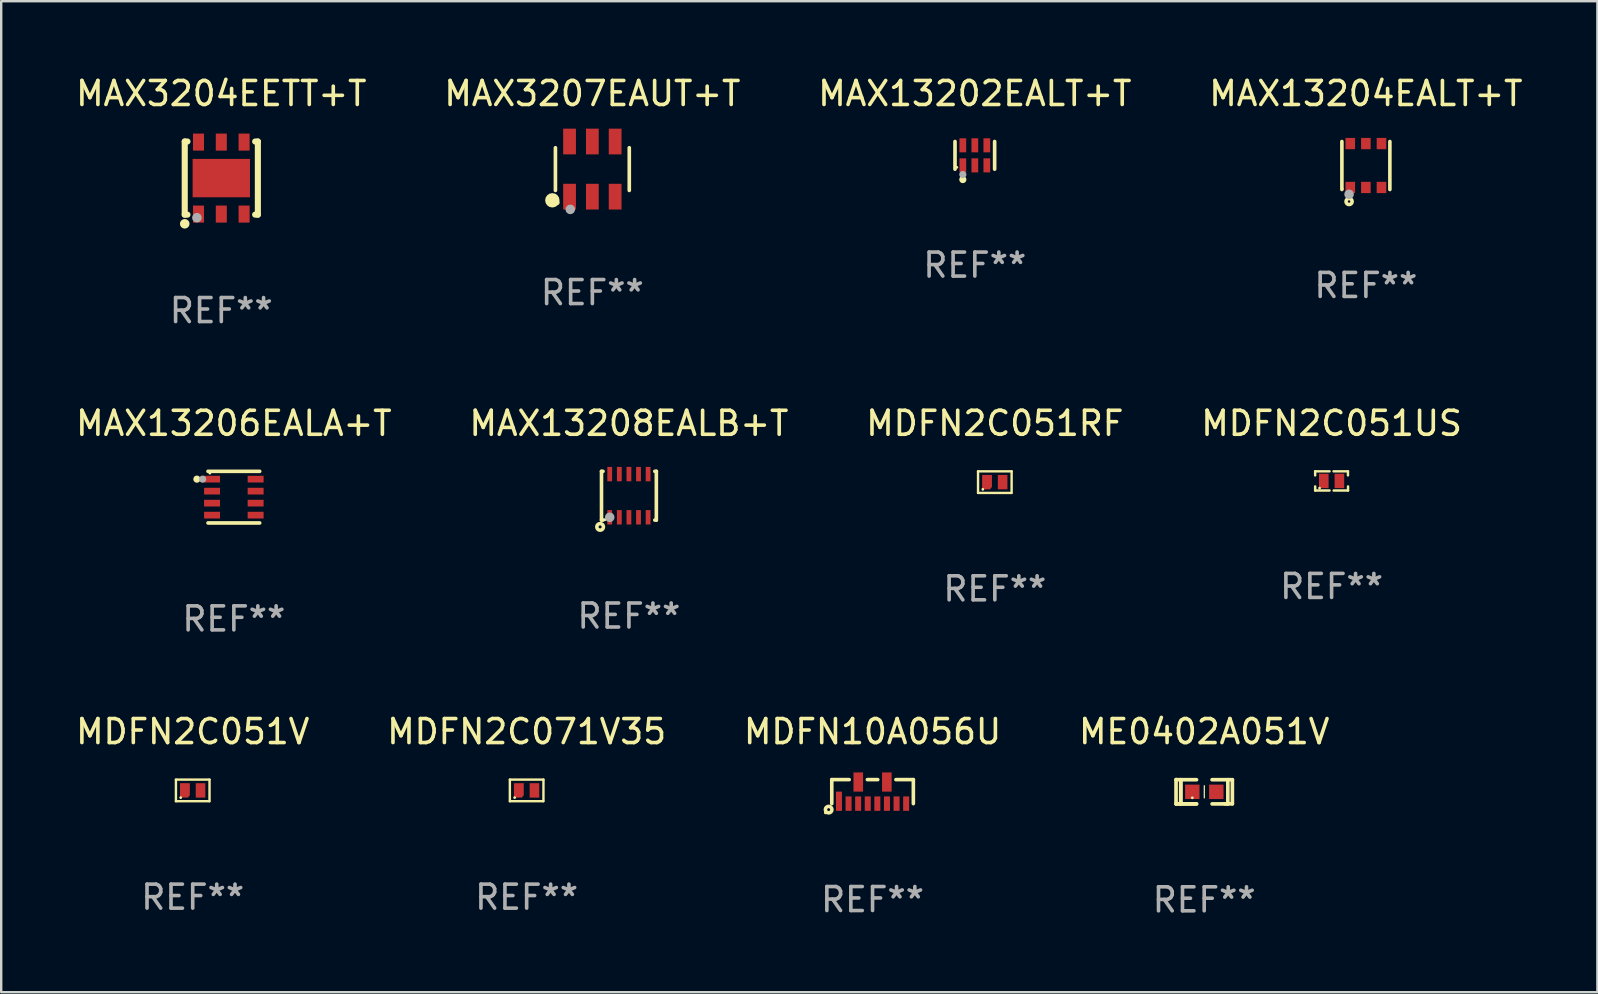
<source format=kicad_pcb>
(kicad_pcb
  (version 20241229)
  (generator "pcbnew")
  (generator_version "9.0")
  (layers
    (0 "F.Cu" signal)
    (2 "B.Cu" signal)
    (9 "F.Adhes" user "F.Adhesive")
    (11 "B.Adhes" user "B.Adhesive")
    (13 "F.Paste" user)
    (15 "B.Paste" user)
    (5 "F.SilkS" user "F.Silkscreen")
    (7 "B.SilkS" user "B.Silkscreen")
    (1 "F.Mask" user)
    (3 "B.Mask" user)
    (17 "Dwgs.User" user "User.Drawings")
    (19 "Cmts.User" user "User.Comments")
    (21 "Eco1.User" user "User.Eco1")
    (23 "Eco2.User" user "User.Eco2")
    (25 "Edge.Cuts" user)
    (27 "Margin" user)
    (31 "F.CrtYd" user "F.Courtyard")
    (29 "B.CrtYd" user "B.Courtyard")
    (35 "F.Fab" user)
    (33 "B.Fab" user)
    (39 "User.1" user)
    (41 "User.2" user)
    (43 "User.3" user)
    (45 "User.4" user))
  (footprint "MDFN2C051RF"
    (layer "F.Cu")
    (at 38.411 17.043)
    (property "Reference" "MDFN2C051RF" (at 0 -2.45 0) (layer "F.SilkS") (effects (font (size 1 1) (thickness 0.15))))
    (attr through_hole)
    (fp_line (start -0.7 -0.45) (end -0.7 0.45) (stroke (width 0.1) (type solid)) (layer "F.SilkS"))
    (fp_line (start -0.7 -0.45) (end 0.7 -0.45) (stroke (width 0.1) (type solid)) (layer "F.SilkS"))
    (fp_line (start -0.7 0.45) (end 0.69 0.45) (stroke (width 0.1) (type solid)) (layer "F.SilkS"))
    (fp_line (start 0.7 -0.45) (end 0.7 0.45) (stroke (width 0.1) (type solid)) (layer "F.SilkS"))
    (fp_circle (center -0.5 0.3) (end -0.47 0.3) (stroke (width 0.06) (type solid)) (fill no) (layer "F.SilkS"))
    (fp_text user "REF**" (at 0 4.45 0) (layer "F.Fab") (effects (font (size 1 1) (thickness 0.15))))
    (pad "1" smd custom (at -0.325 0) (size 0.41 0.6) (layers "F.Cu" "F.Mask" "F.Paste") (options (anchor circle)) (primitives (gr_poly (pts (xy -0.205 -0.3) (xy -0.205 0.3) (xy 0.125 0.3) (xy 0.205 0.2) (xy 0.205 -0.3) (xy -0.205 -0.3)) (width 0) (fill yes))))
    (pad "2" smd rect (at 0.325 0 90) (size 0.6 0.4) (layers "F.Cu" "F.Mask" "F.Paste")))
  (footprint "MDFN2C071V35"
    (layer "F.Cu")
    (at 18.899 29.892)
    (property "Reference" "MDFN2C071V35" (at 0 -2.45 0) (layer "F.SilkS") (effects (font (size 1 1) (thickness 0.15))))
    (attr through_hole)
    (fp_line (start -0.7 -0.45) (end -0.7 0.45) (stroke (width 0.1) (type solid)) (layer "F.SilkS"))
    (fp_line (start -0.7 -0.45) (end 0.7 -0.45) (stroke (width 0.1) (type solid)) (layer "F.SilkS"))
    (fp_line (start -0.7 0.45) (end 0.69 0.45) (stroke (width 0.1) (type solid)) (layer "F.SilkS"))
    (fp_line (start 0.7 -0.45) (end 0.7 0.45) (stroke (width 0.1) (type solid)) (layer "F.SilkS"))
    (fp_circle (center -0.5 0.3) (end -0.47 0.3) (stroke (width 0.06) (type solid)) (fill no) (layer "F.SilkS"))
    (fp_text user "REF**" (at 0 4.45 0) (layer "F.Fab") (effects (font (size 1 1) (thickness 0.15))))
    (pad "1" smd custom (at -0.325 0) (size 0.41 0.6) (layers "F.Cu" "F.Mask" "F.Paste") (options (anchor circle)) (primitives (gr_poly (pts (xy -0.205 -0.3) (xy -0.205 0.3) (xy 0.125 0.3) (xy 0.205 0.2) (xy 0.205 -0.3) (xy -0.205 -0.3)) (width 0) (fill yes))))
    (pad "2" smd rect (at 0.325 0 90) (size 0.6 0.4) (layers "F.Cu" "F.Mask" "F.Paste")))
  (footprint "MAX13208EALB+T"
    (layer "F.Cu")
    (at 23.161 17.609)
    (property "Reference" "MAX13208EALB+T" (at 0 -3.016 0) (layer "F.SilkS") (effects (font (size 1 1) (thickness 0.15))))
    (attr through_hole)
    (fp_line (start -1.143 -1.016) (end -1.143 1.016) (stroke (width 0.15) (type solid)) (layer "F.SilkS"))
    (fp_line (start -1.143 1.016) (end -1.079 1.016) (stroke (width 0.15) (type solid)) (layer "F.SilkS"))
    (fp_line (start -1.079 -1.016) (end -1.143 -1.016) (stroke (width 0.15) (type solid)) (layer "F.SilkS"))
    (fp_line (start 1.079 1.016) (end 1.143 1.016) (stroke (width 0.15) (type solid)) (layer "F.SilkS"))
    (fp_line (start 1.143 -1.016) (end 1.079 -1.016) (stroke (width 0.15) (type solid)) (layer "F.SilkS"))
    (fp_line (start 1.143 1.016) (end 1.143 -1.016) (stroke (width 0.15) (type solid)) (layer "F.SilkS"))
    (fp_circle (center -1.2 1.3) (end -1.137 1.3) (stroke (width 0.15) (type solid)) (fill no) (layer "F.SilkS"))
    (fp_circle (center -1 1) (end -0.97 1) (stroke (width 0.06) (type solid)) (fill no) (layer "F.SilkS"))
    (fp_circle (center -0.8 0.9) (end -0.7 0.9) (stroke (width 0.2) (type solid)) (fill no) (layer "F.Fab"))
    (fp_text user "REF**" (at 0 5.016 0) (layer "F.Fab") (effects (font (size 1 1) (thickness 0.15))))
    (pad "1" smd rect (at -0.8 0.9) (size 0.2 0.6) (layers "F.Cu" "F.Mask" "F.Paste"))
    (pad "2" smd rect (at -0.4 0.9) (size 0.2 0.6) (layers "F.Cu" "F.Mask" "F.Paste"))
    (pad "3" smd rect (at 0.000127 0.9) (size 0.2 0.6) (layers "F.Cu" "F.Mask" "F.Paste"))
    (pad "4" smd rect (at 0.4 0.9) (size 0.2 0.6) (layers "F.Cu" "F.Mask" "F.Paste"))
    (pad "5" smd rect (at 0.8 0.9) (size 0.2 0.6) (layers "F.Cu" "F.Mask" "F.Paste"))
    (pad "6" smd rect (at 0.8 -0.9) (size 0.2 0.6) (layers "F.Cu" "F.Mask" "F.Paste"))
    (pad "7" smd rect (at 0.4 -0.9) (size 0.2 0.6) (layers "F.Cu" "F.Mask" "F.Paste"))
    (pad "8" smd rect (at 0.000127 -0.9) (size 0.2 0.6) (layers "F.Cu" "F.Mask" "F.Paste"))
    (pad "9" smd rect (at -0.4 -0.9) (size 0.2 0.6) (layers "F.Cu" "F.Mask" "F.Paste"))
    (pad "10" smd rect (at -0.8 -0.9) (size 0.2 0.6) (layers "F.Cu" "F.Mask" "F.Paste")))
  (footprint "MDFN2C051US"
    (layer "F.Cu")
    (at 52.446 16.993)
    (property "Reference" "MDFN2C051US" (at 0 -2.4 0) (layer "F.SilkS") (effects (font (size 1 1) (thickness 0.15))))
    (attr through_hole)
    (fp_line (start -0.685 -0.4) (end -0.685 -0.23) (stroke (width 0.102) (type solid)) (layer "F.SilkS"))
    (fp_line (start -0.685 0.4) (end -0.685 0.23) (stroke (width 0.102) (type solid)) (layer "F.SilkS"))
    (fp_line (start -0.085 -0.4) (end -0.685 -0.4) (stroke (width 0.102) (type solid)) (layer "F.SilkS"))
    (fp_line (start -0.085 0.4) (end -0.685 0.4) (stroke (width 0.102) (type solid)) (layer "F.SilkS"))
    (fp_line (start 0.082 -0.4) (end 0.682 -0.4) (stroke (width 0.102) (type solid)) (layer "F.SilkS"))
    (fp_line (start 0.085 0.4) (end 0.685 0.4) (stroke (width 0.102) (type solid)) (layer "F.SilkS"))
    (fp_line (start 0.682 -0.4) (end 0.682 -0.23) (stroke (width 0.102) (type solid)) (layer "F.SilkS"))
    (fp_line (start 0.685 0.4) (end 0.685 0.23) (stroke (width 0.102) (type solid)) (layer "F.SilkS"))
    (fp_circle (center -0.5 0.3) (end -0.47 0.3) (stroke (width 0.06) (type solid)) (fill no) (layer "F.SilkS"))
    (fp_text user "REF**" (at 0 4.4 0) (layer "F.Fab") (effects (font (size 1 1) (thickness 0.15))))
    (pad "1" smd rect (at -0.325 0) (size 0.4 0.6) (layers "F.Cu" "F.Mask" "F.Paste"))
    (pad "2" smd rect (at 0.325 0) (size 0.4 0.6) (layers "F.Cu" "F.Mask" "F.Paste")))
  (footprint "MAX13202EALT+T"
    (layer "F.Cu")
    (at 37.577 3.424)
    (property "Reference" "MAX13202EALT+T" (at 0 -2.576 0) (layer "F.SilkS") (effects (font (size 1 1) (thickness 0.15))))
    (attr through_hole)
    (fp_line (start -0.826 0.576) (end -0.826 -0.576) (stroke (width 0.152) (type solid)) (layer "F.SilkS"))
    (fp_line (start 0.826 0.576) (end 0.826 -0.576) (stroke (width 0.152) (type solid)) (layer "F.SilkS"))
    (fp_circle (center -0.75 0.5) (end -0.72 0.5) (stroke (width 0.06) (type solid)) (fill no) (layer "F.SilkS"))
    (fp_circle (center -0.5 1.01) (end -0.425 1.01) (stroke (width 0.15) (type solid)) (fill no) (layer "F.SilkS"))
    (fp_circle (center -0.5 0.8) (end -0.425 0.8) (stroke (width 0.15) (type solid)) (fill no) (layer "F.Fab"))
    (fp_text user "REF**" (at 0 4.576 0) (layer "F.Fab") (effects (font (size 1 1) (thickness 0.15))))
    (pad "1" smd rect (at -0.5 0.418) (size 0.28 0.585) (layers "F.Cu" "F.Mask" "F.Paste"))
    (pad "2" smd rect (at 0 0.418) (size 0.28 0.585) (layers "F.Cu" "F.Mask" "F.Paste"))
    (pad "3" smd rect (at 0.5 0.418) (size 0.28 0.585) (layers "F.Cu" "F.Mask" "F.Paste"))
    (pad "4" smd rect (at 0.5 -0.418) (size 0.28 0.585) (layers "F.Cu" "F.Mask" "F.Paste"))
    (pad "5" smd rect (at 0 -0.418) (size 0.28 0.585) (layers "F.Cu" "F.Mask" "F.Paste"))
    (pad "6" smd rect (at -0.5 -0.418) (size 0.28 0.585) (layers "F.Cu" "F.Mask" "F.Paste")))
  (footprint "MAX3207EAUT+T"
    (layer "F.Cu")
    (at 21.637 3.997)
    (property "Reference" "MAX3207EAUT+T" (at 0 -3.149 0) (layer "F.SilkS") (effects (font (size 1 1) (thickness 0.15))))
    (attr through_hole)
    (fp_line (start -1.539 0.889) (end -1.539 -0.889) (stroke (width 0.152) (type solid)) (layer "F.SilkS"))
    (fp_line (start 1.539 0.889) (end 1.539 -0.889) (stroke (width 0.152) (type solid)) (layer "F.SilkS"))
    (fp_circle (center -1.668 1.301) (end -1.518 1.301) (stroke (width 0.3) (type solid)) (fill no) (layer "F.SilkS"))
    (fp_circle (center -1.463 1.4) (end -1.413 1.4) (stroke (width 0.1) (type solid)) (fill no) (layer "F.SilkS"))
    (fp_circle (center -0.92 1.68) (end -0.82 1.68) (stroke (width 0.2) (type solid)) (fill no) (layer "F.Fab"))
    (fp_text user "REF**" (at 0 5.149 0) (layer "F.Fab") (effects (font (size 1 1) (thickness 0.15))))
    (pad "1" smd rect (at -0.95 1.149) (size 0.532 1.072) (layers "F.Cu" "F.Mask" "F.Paste"))
    (pad "2" smd rect (at 0 1.149) (size 0.532 1.072) (layers "F.Cu" "F.Mask" "F.Paste"))
    (pad "3" smd rect (at 0.95 1.149) (size 0.532 1.072) (layers "F.Cu" "F.Mask" "F.Paste"))
    (pad "4" smd rect (at 0.95 -1.149) (size 0.532 1.072) (layers "F.Cu" "F.Mask" "F.Paste"))
    (pad "5" smd rect (at 0 -1.149) (size 0.532 1.072) (layers "F.Cu" "F.Mask" "F.Paste"))
    (pad "6" smd rect (at -0.95 -1.149) (size 0.532 1.072) (layers "F.Cu" "F.Mask" "F.Paste")))
  (footprint "MAX13204EALT+T"
    (layer "F.Cu")
    (at 53.875 3.848)
    (property "Reference" "MAX13204EALT+T" (at 0 -3 0) (layer "F.SilkS") (effects (font (size 1 1) (thickness 0.15))))
    (attr through_hole)
    (fp_line (start -1 1) (end -1 -1) (stroke (width 0.15) (type solid)) (layer "F.SilkS"))
    (fp_line (start 1 -1) (end 1 1) (stroke (width 0.15) (type solid)) (layer "F.SilkS"))
    (fp_circle (center -0.975 0.975) (end -0.95 0.975) (stroke (width 0.05) (type solid)) (fill no) (layer "F.SilkS"))
    (fp_circle (center -0.7 1.5) (end -0.573 1.5) (stroke (width 0.15) (type solid)) (fill no) (layer "F.SilkS"))
    (fp_circle (center -0.7 1.2) (end -0.6 1.2) (stroke (width 0.2) (type solid)) (fill no) (layer "F.Fab"))
    (fp_text user "REF**" (at 0 5 0) (layer "F.Fab") (effects (font (size 1 1) (thickness 0.15))))
    (pad "1" smd rect (at -0.65 0.915 90) (size 0.47 0.4) (layers "F.Cu" "F.Mask" "F.Paste"))
    (pad "2" smd rect (at -0.000025 0.915 90) (size 0.47 0.4) (layers "F.Cu" "F.Mask" "F.Paste"))
    (pad "3" smd rect (at 0.65 0.915 90) (size 0.47 0.4) (layers "F.Cu" "F.Mask" "F.Paste"))
    (pad "4" smd rect (at 0.65 -0.915 90) (size 0.47 0.4) (layers "F.Cu" "F.Mask" "F.Paste"))
    (pad "5" smd rect (at -0.000025 -0.915 90) (size 0.47 0.4) (layers "F.Cu" "F.Mask" "F.Paste"))
    (pad "6" smd rect (at -0.65 -0.915 90) (size 0.47 0.4) (layers "F.Cu" "F.Mask" "F.Paste")))
  (footprint "MDFN10A056U"
    (layer "F.Cu")
    (at 33.315 29.942)
    (property "Reference" "MDFN10A056U" (at 0 -2.5 0) (layer "F.SilkS") (effects (font (size 1 1) (thickness 0.15))))
    (attr through_hole)
    (fp_line (start -1.7 -0.5) (end -1.7 0.5) (stroke (width 0.15) (type solid)) (layer "F.SilkS"))
    (fp_line (start -0.974 -0.5) (end -1.7 -0.5) (stroke (width 0.15) (type solid)) (layer "F.SilkS"))
    (fp_line (start 0.216 -0.5) (end -0.216 -0.5) (stroke (width 0.15) (type solid)) (layer "F.SilkS"))
    (fp_line (start 1.7 -0.5) (end 0.974 -0.5) (stroke (width 0.15) (type solid)) (layer "F.SilkS"))
    (fp_line (start 1.7 -0.5) (end 1.7 0.5) (stroke (width 0.15) (type solid)) (layer "F.SilkS"))
    (fp_circle (center -1.966 0.886) (end -1.936 0.886) (stroke (width 0.06) (type solid)) (fill no) (layer "F.SilkS"))
    (fp_circle (center -1.83 0.75) (end -1.769 0.75) (stroke (width 0.15) (type solid)) (fill no) (layer "F.SilkS"))
    (fp_text user "REF**" (at 0 4.5 0) (layer "F.Fab") (effects (font (size 1 1) (thickness 0.15))))
    (pad "1" smd rect (at -1.4 0.4) (size 0.25 0.8) (layers "F.Cu" "F.Mask" "F.Paste"))
    (pad "2" smd rect (at -1 0.5) (size 0.25 0.6) (layers "F.Cu" "F.Mask" "F.Paste"))
    (pad "3" smd rect (at -0.6 0.5) (size 0.25 0.6) (layers "F.Cu" "F.Mask" "F.Paste"))
    (pad "4" smd rect (at -0.2 0.5) (size 0.25 0.6) (layers "F.Cu" "F.Mask" "F.Paste"))
    (pad "5" smd rect (at 0.2 0.5) (size 0.25 0.6) (layers "F.Cu" "F.Mask" "F.Paste"))
    (pad "6" smd rect (at 0.6 0.5) (size 0.25 0.6) (layers "F.Cu" "F.Mask" "F.Paste"))
    (pad "7" smd rect (at 1 0.5) (size 0.25 0.6) (layers "F.Cu" "F.Mask" "F.Paste"))
    (pad "8" smd rect (at 1.4 0.5) (size 0.25 0.6) (layers "F.Cu" "F.Mask" "F.Paste"))
    (pad "9" smd rect (at 0.595 -0.4) (size 0.4 0.8) (layers "F.Cu" "F.Mask" "F.Paste"))
    (pad "10" smd rect (at -0.595 -0.4) (size 0.4 0.8) (layers "F.Cu" "F.Mask" "F.Paste")))
  (footprint "MAX3204EETT+T"
    (layer "F.Cu")
    (at 6.173 4.372)
    (property "Reference" "MAX3204EETT+T" (at 0 -3.524 0) (layer "F.SilkS") (effects (font (size 1 1) (thickness 0.15))))
    (attr through_hole)
    (fp_line (start -1.524 -1.524) (end -1.524 1.524) (stroke (width 0.254) (type solid)) (layer "F.SilkS"))
    (fp_line (start -1.524 1.524) (end -1.411 1.524) (stroke (width 0.254) (type solid)) (layer "F.SilkS"))
    (fp_line (start -1.411 -1.524) (end -1.524 -1.524) (stroke (width 0.254) (type solid)) (layer "F.SilkS"))
    (fp_line (start 1.411 1.524) (end 1.524 1.524) (stroke (width 0.254) (type solid)) (layer "F.SilkS"))
    (fp_line (start 1.524 -1.524) (end 1.411 -1.524) (stroke (width 0.254) (type solid)) (layer "F.SilkS"))
    (fp_line (start 1.524 1.524) (end 1.524 -1.524) (stroke (width 0.254) (type solid)) (layer "F.SilkS"))
    (fp_circle (center -1.524 1.905) (end -1.424 1.905) (stroke (width 0.2) (type solid)) (fill no) (layer "F.SilkS"))
    (fp_circle (center -1.5 1.5) (end -1.47 1.5) (stroke (width 0.06) (type solid)) (fill no) (layer "F.SilkS"))
    (fp_circle (center -1.016 1.651) (end -0.916 1.651) (stroke (width 0.2) (type solid)) (fill no) (layer "F.Fab"))
    (fp_text user "REF**" (at 0 5.524 0) (layer "F.Fab") (effects (font (size 1 1) (thickness 0.15))))
    (pad "1" smd rect (at -0.95 1.5) (size 0.46 0.71) (layers "F.Cu" "F.Mask" "F.Paste"))
    (pad "2" smd rect (at 0 1.5) (size 0.46 0.71) (layers "F.Cu" "F.Mask" "F.Paste"))
    (pad "3" smd rect (at 0.95 1.5) (size 0.46 0.71) (layers "F.Cu" "F.Mask" "F.Paste"))
    (pad "4" smd rect (at 0.95 -1.5) (size 0.46 0.71) (layers "F.Cu" "F.Mask" "F.Paste"))
    (pad "5" smd rect (at 0 -1.5) (size 0.46 0.71) (layers "F.Cu" "F.Mask" "F.Paste"))
    (pad "6" smd rect (at -0.95 -1.5) (size 0.46 0.71) (layers "F.Cu" "F.Mask" "F.Paste"))
    (pad "7" smd rect (at 0 0.000127) (size 2.39 1.6) (layers "F.Cu" "F.Mask" "F.Paste")))
  (footprint "MDFN2C051V"
    (layer "F.Cu")
    (at 4.982 29.892)
    (property "Reference" "MDFN2C051V" (at 0 -2.45 0) (layer "F.SilkS") (effects (font (size 1 1) (thickness 0.15))))
    (attr through_hole)
    (fp_line (start -0.7 -0.45) (end -0.7 0.45) (stroke (width 0.1) (type solid)) (layer "F.SilkS"))
    (fp_line (start -0.7 -0.45) (end 0.7 -0.45) (stroke (width 0.1) (type solid)) (layer "F.SilkS"))
    (fp_line (start -0.7 0.45) (end 0.69 0.45) (stroke (width 0.1) (type solid)) (layer "F.SilkS"))
    (fp_line (start 0.7 -0.45) (end 0.7 0.45) (stroke (width 0.1) (type solid)) (layer "F.SilkS"))
    (fp_circle (center -0.5 0.3) (end -0.47 0.3) (stroke (width 0.06) (type solid)) (fill no) (layer "F.SilkS"))
    (fp_text user "REF**" (at 0 4.45 0) (layer "F.Fab") (effects (font (size 1 1) (thickness 0.15))))
    (pad "1" smd custom (at -0.325 0) (size 0.41 0.6) (layers "F.Cu" "F.Mask" "F.Paste") (options (anchor circle)) (primitives (gr_poly (pts (xy -0.205 -0.3) (xy -0.205 0.3) (xy 0.125 0.3) (xy 0.205 0.2) (xy 0.205 -0.3) (xy -0.205 -0.3)) (width 0) (fill yes))))
    (pad "2" smd rect (at 0.325 0 90) (size 0.6 0.4) (layers "F.Cu" "F.Mask" "F.Paste")))
  (footprint "ME0402A051V"
    (layer "F.Cu")
    (at 47.137 29.948)
    (property "Reference" "ME0402A051V" (at 0 -2.506 0) (layer "F.SilkS") (effects (font (size 1 1) (thickness 0.15))))
    (attr through_hole)
    (fp_line (start -1.174 -0.506) (end -0.977 -0.502) (stroke (width 0.152) (type solid)) (layer "F.SilkS"))
    (fp_line (start -1.174 0.506) (end -1.174 -0.506) (stroke (width 0.152) (type solid)) (layer "F.SilkS"))
    (fp_line (start -0.977 -0.502) (end -0.977 0.506) (stroke (width 0.152) (type solid)) (layer "F.SilkS"))
    (fp_line (start -0.977 -0.502) (end -0.977 0.506) (stroke (width 0.152) (type solid)) (layer "F.SilkS"))
    (fp_line (start -0.977 0.506) (end -1.166 0.506) (stroke (width 0.152) (type solid)) (layer "F.SilkS"))
    (fp_line (start -0.977 0.506) (end -0.32 0.506) (stroke (width 0.152) (type solid)) (layer "F.SilkS"))
    (fp_line (start -0.977 0.506) (end -0.32 0.506) (stroke (width 0.152) (type solid)) (layer "F.SilkS"))
    (fp_line (start -0.971 0.506) (end -1.174 0.506) (stroke (width 0.152) (type solid)) (layer "F.SilkS"))
    (fp_line (start -0.32 -0.502) (end -0.977 -0.502) (stroke (width 0.152) (type solid)) (layer "F.SilkS"))
    (fp_line (start 0.004 -0.252) (end 0.004 0.256) (stroke (width 0.051) (type solid)) (layer "F.SilkS"))
    (fp_line (start 0.328 0.506) (end 0.985 0.506) (stroke (width 0.152) (type solid)) (layer "F.SilkS"))
    (fp_line (start 0.985 -0.502) (end 0.328 -0.502) (stroke (width 0.152) (type solid)) (layer "F.SilkS"))
    (fp_line (start 0.985 -0.502) (end 1.174 -0.502) (stroke (width 0.152) (type solid)) (layer "F.SilkS"))
    (fp_line (start 0.985 0.506) (end 0.985 -0.502) (stroke (width 0.152) (type solid)) (layer "F.SilkS"))
    (fp_line (start 1.174 -0.502) (end 1.174 0.502) (stroke (width 0.152) (type solid)) (layer "F.SilkS"))
    (fp_line (start 1.174 0.502) (end 0.851 0.502) (stroke (width 0.152) (type solid)) (layer "F.SilkS"))
    (fp_circle (center -0.497 0.253) (end -0.467 0.253) (stroke (width 0.06) (type solid)) (fill no) (layer "F.SilkS"))
    (fp_text user "REF**" (at 0 4.506 0) (layer "F.Fab") (effects (font (size 1 1) (thickness 0.15))))
    (pad "1" smd rect (at -0.496 0.002) (size 0.6 0.6) (layers "F.Cu" "F.Mask" "F.Paste"))
    (pad "2" smd rect (at 0.504 0.002) (size 0.6 0.6) (layers "F.Cu" "F.Mask" "F.Paste")))
  (footprint "MAX13206EALA+T"
    (layer "F.Cu")
    (at 6.696 17.669)
    (property "Reference" "MAX13206EALA+T" (at 0 -3.076 0) (layer "F.SilkS") (effects (font (size 1 1) (thickness 0.15))))
    (attr through_hole)
    (fp_line (start -1.076 -1.076) (end 1.076 -1.076) (stroke (width 0.152) (type solid)) (layer "F.SilkS"))
    (fp_line (start -1.076 1.076) (end 1.076 1.076) (stroke (width 0.152) (type solid)) (layer "F.SilkS"))
    (fp_circle (center -1.54 -0.75) (end -1.465 -0.75) (stroke (width 0.15) (type solid)) (fill no) (layer "F.SilkS"))
    (fp_circle (center -1 -1) (end -0.97 -1) (stroke (width 0.06) (type solid)) (fill no) (layer "F.SilkS"))
    (fp_circle (center -1.3 -0.75) (end -1.225 -0.75) (stroke (width 0.15) (type solid)) (fill no) (layer "F.Fab"))
    (fp_text user "REF**" (at 0 5.076 0) (layer "F.Fab") (effects (font (size 1 1) (thickness 0.15))))
    (pad "1" smd rect (at -0.908 -0.75) (size 0.665 0.28) (layers "F.Cu" "F.Mask" "F.Paste"))
    (pad "2" smd rect (at -0.908 -0.25) (size 0.665 0.28) (layers "F.Cu" "F.Mask" "F.Paste"))
    (pad "3" smd rect (at -0.908 0.25) (size 0.665 0.28) (layers "F.Cu" "F.Mask" "F.Paste"))
    (pad "4" smd rect (at -0.908 0.75) (size 0.665 0.28) (layers "F.Cu" "F.Mask" "F.Paste"))
    (pad "5" smd rect (at 0.908 0.75) (size 0.665 0.28) (layers "F.Cu" "F.Mask" "F.Paste"))
    (pad "6" smd rect (at 0.908 0.25) (size 0.665 0.28) (layers "F.Cu" "F.Mask" "F.Paste"))
    (pad "7" smd rect (at 0.908 -0.25) (size 0.665 0.28) (layers "F.Cu" "F.Mask" "F.Paste"))
    (pad "8" smd rect (at 0.908 -0.75) (size 0.665 0.28) (layers "F.Cu" "F.Mask" "F.Paste")))
  (gr_rect
    (start -3 -3)
    (end 63.524 38.302)
    (stroke (width 0.1) (type default))
    (fill no)
    (layer "Edge.Cuts")))
</source>
